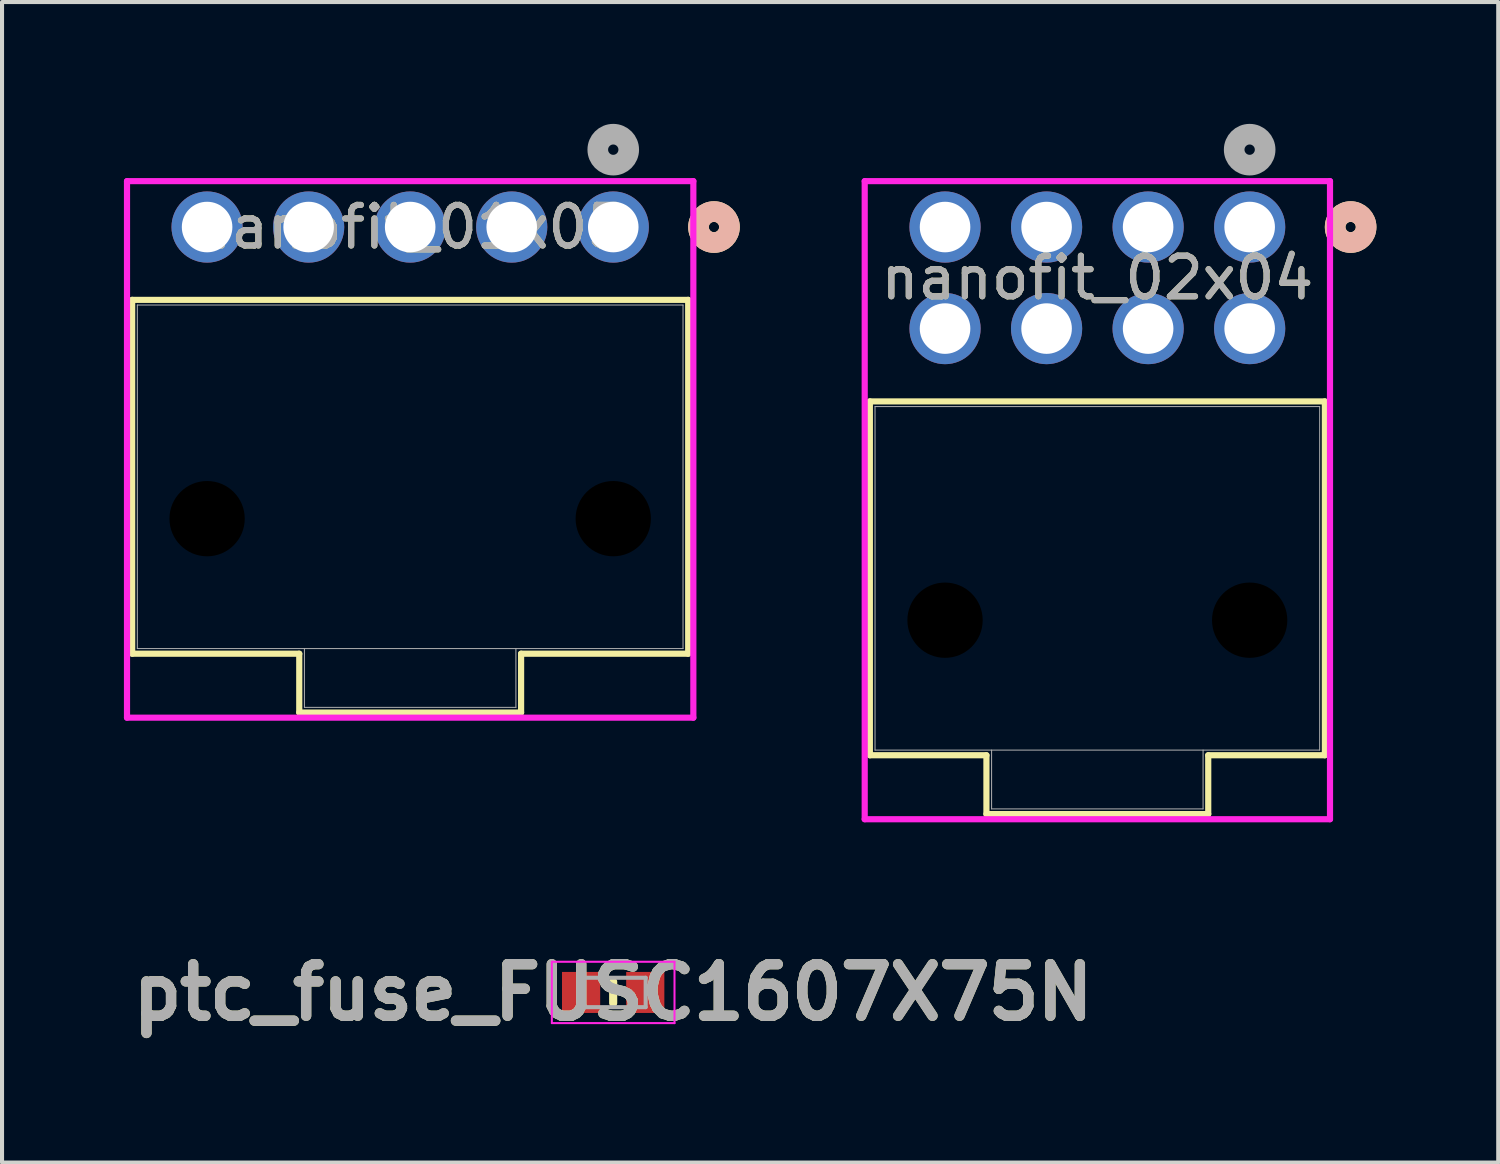
<source format=kicad_pcb>
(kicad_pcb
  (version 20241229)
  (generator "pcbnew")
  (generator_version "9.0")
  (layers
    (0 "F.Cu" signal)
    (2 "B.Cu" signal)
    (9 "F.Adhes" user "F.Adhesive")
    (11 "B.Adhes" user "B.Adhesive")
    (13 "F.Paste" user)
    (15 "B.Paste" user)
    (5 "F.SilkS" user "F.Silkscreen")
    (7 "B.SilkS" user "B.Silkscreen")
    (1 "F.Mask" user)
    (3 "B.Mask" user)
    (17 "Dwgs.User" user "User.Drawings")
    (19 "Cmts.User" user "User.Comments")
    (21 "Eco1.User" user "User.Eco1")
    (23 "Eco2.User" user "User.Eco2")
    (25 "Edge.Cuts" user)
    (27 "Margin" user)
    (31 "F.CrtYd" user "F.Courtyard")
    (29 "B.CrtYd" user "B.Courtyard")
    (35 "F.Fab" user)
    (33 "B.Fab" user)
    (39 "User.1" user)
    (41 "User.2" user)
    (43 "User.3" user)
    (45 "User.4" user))
  (footprint "ptc_fuse_FUSC1607X75N"
    (layer "F.Cu")
    (at 12.047 21.385)
    (property "Reference" "ptc_fuse_FUSC1607X75N" (at 0 0 0) (layer "F.SilkS") (effects (font (size 1.27 1.27) (thickness 0.254))))
    (attr smd)
    (fp_line (start 0 -0.262) (end 0 0.262) (stroke (width 0.2) (type solid)) (layer "F.SilkS"))
    (fp_line (start -1.51 -0.755) (end 1.51 -0.755) (stroke (width 0.05) (type solid)) (layer "F.CrtYd"))
    (fp_line (start -1.51 0.755) (end -1.51 -0.755) (stroke (width 0.05) (type solid)) (layer "F.CrtYd"))
    (fp_line (start 1.51 -0.755) (end 1.51 0.755) (stroke (width 0.05) (type solid)) (layer "F.CrtYd"))
    (fp_line (start 1.51 0.755) (end -1.51 0.755) (stroke (width 0.05) (type solid)) (layer "F.CrtYd"))
    (fp_line (start -0.8 -0.362) (end 0.8 -0.362) (stroke (width 0.1) (type solid)) (layer "F.Fab"))
    (fp_line (start -0.8 0.362) (end -0.8 -0.362) (stroke (width 0.1) (type solid)) (layer "F.Fab"))
    (fp_line (start 0.8 -0.362) (end 0.8 0.362) (stroke (width 0.1) (type solid)) (layer "F.Fab"))
    (fp_line (start 0.8 0.362) (end -0.8 0.362) (stroke (width 0.1) (type solid)) (layer "F.Fab"))
    (fp_text user "${REFERENCE}" (at 0 0 0) (layer "F.Fab") (effects (font (size 1.27 1.27) (thickness 0.254))))
    (pad "1" smd rect (at -0.79 0) (size 0.94 1.01) (layers "F.Cu" "F.Mask" "F.Paste"))
    (pad "2" smd rect (at 0.79 0) (size 0.94 1.01) (layers "F.Cu" "F.Mask" "F.Paste")))
  (footprint "nanofit_02x04"
    (layer "F.Cu")
    (at 27.718 2.54)
    (property "Reference" "nanofit_02x04" (at -3.75 1.25 0) (unlocked yes) (layer "F.SilkS") (effects (font (size 1 1) (thickness 0.15))))
    (attr through_hole)
    (fp_line (start -9.351 4.293) (end -9.351 13.005) (stroke (width 0.152) (type solid)) (layer "F.SilkS"))
    (fp_line (start -9.351 13.005) (end -6.481 13.005) (stroke (width 0.152) (type solid)) (layer "F.SilkS"))
    (fp_line (start -6.481 13.005) (end -6.481 14.453) (stroke (width 0.152) (type solid)) (layer "F.SilkS"))
    (fp_line (start -6.481 14.453) (end -1.02 14.453) (stroke (width 0.152) (type solid)) (layer "F.SilkS"))
    (fp_line (start -1.02 13.005) (end 1.851 13.005) (stroke (width 0.152) (type solid)) (layer "F.SilkS"))
    (fp_line (start -1.02 14.453) (end -1.02 13.005) (stroke (width 0.152) (type solid)) (layer "F.SilkS"))
    (fp_line (start 1.851 4.293) (end -9.351 4.293) (stroke (width 0.152) (type solid)) (layer "F.SilkS"))
    (fp_line (start 1.851 13.005) (end 1.851 4.293) (stroke (width 0.152) (type solid)) (layer "F.SilkS"))
    (fp_circle (center 2.486 0) (end 2.867 0) (stroke (width 0.508) (type solid)) (fill no) (layer "F.SilkS"))
    (fp_circle (center 2.486 0) (end 2.867 0) (stroke (width 0.508) (type solid)) (fill no) (layer "B.SilkS"))
    (fp_line (start -9.478 -1.13) (end -9.478 14.58) (stroke (width 0.152) (type solid)) (layer "F.CrtYd"))
    (fp_line (start -9.478 14.58) (end 1.978 14.58) (stroke (width 0.152) (type solid)) (layer "F.CrtYd"))
    (fp_line (start 1.978 -1.13) (end -9.478 -1.13) (stroke (width 0.152) (type solid)) (layer "F.CrtYd"))
    (fp_line (start 1.978 14.58) (end 1.978 -1.13) (stroke (width 0.152) (type solid)) (layer "F.CrtYd"))
    (fp_line (start -9.224 4.42) (end -9.224 12.878) (stroke (width 0.025) (type solid)) (layer "F.Fab"))
    (fp_line (start -9.224 12.878) (end 1.724 12.878) (stroke (width 0.025) (type solid)) (layer "F.Fab"))
    (fp_line (start -6.354 12.878) (end -6.354 14.326) (stroke (width 0.025) (type solid)) (layer "F.Fab"))
    (fp_line (start -6.354 14.326) (end -1.147 14.326) (stroke (width 0.025) (type solid)) (layer "F.Fab"))
    (fp_line (start -1.147 14.326) (end -1.147 12.878) (stroke (width 0.025) (type solid)) (layer "F.Fab"))
    (fp_line (start 1.724 4.42) (end -9.224 4.42) (stroke (width 0.025) (type solid)) (layer "F.Fab"))
    (fp_line (start 1.724 12.878) (end 1.724 4.42) (stroke (width 0.025) (type solid)) (layer "F.Fab"))
    (fp_circle (center 0 -1.905) (end 0.381 -1.905) (stroke (width 0.508) (type solid)) (fill no) (layer "F.Fab"))
    (fp_text user "${REFERENCE}" (at -3.75 1.25 0) (unlocked yes) (layer "F.Fab") (effects (font (size 1 1) (thickness 0.15))))
    (pad "" np_thru_hole circle (at -7.5 9.68) (size 1.854 1.854) (drill 1.854) (layers))
    (pad "" np_thru_hole circle (at 0 9.68) (size 1.854 1.854) (drill 1.854) (layers))
    (pad "1" thru_hole circle (at 0 0) (size 1.753 1.753) (drill 1.245) (layers "*.Cu" "*.Mask"))
    (pad "2" thru_hole circle (at -2.5 0) (size 1.753 1.753) (drill 1.245) (layers "*.Cu" "*.Mask"))
    (pad "3" thru_hole circle (at -5 0) (size 1.753 1.753) (drill 1.245) (layers "*.Cu" "*.Mask"))
    (pad "4" thru_hole circle (at -7.5 0) (size 1.753 1.753) (drill 1.245) (layers "*.Cu" "*.Mask"))
    (pad "5" thru_hole circle (at 0 2.5) (size 1.753 1.753) (drill 1.245) (layers "*.Cu" "*.Mask"))
    (pad "6" thru_hole circle (at -2.5 2.5) (size 1.753 1.753) (drill 1.245) (layers "*.Cu" "*.Mask"))
    (pad "7" thru_hole circle (at -5 2.5) (size 1.753 1.753) (drill 1.245) (layers "*.Cu" "*.Mask"))
    (pad "8" thru_hole circle (at -7.5 2.5) (size 1.753 1.753) (drill 1.245) (layers "*.Cu" "*.Mask")))
  (footprint "nanofit_01x05"
    (layer "F.Cu")
    (at 12.049 2.54)
    (property "Reference" "nanofit_01x05" (at -5 0 0) (unlocked yes) (layer "F.SilkS") (effects (font (size 1 1) (thickness 0.15))))
    (attr through_hole)
    (fp_line (start -11.845 1.793) (end -11.845 10.505) (stroke (width 0.152) (type solid)) (layer "F.SilkS"))
    (fp_line (start -11.845 10.505) (end -7.731 10.505) (stroke (width 0.152) (type solid)) (layer "F.SilkS"))
    (fp_line (start -7.731 10.505) (end -7.731 11.953) (stroke (width 0.152) (type solid)) (layer "F.SilkS"))
    (fp_line (start -7.731 11.953) (end -2.269 11.953) (stroke (width 0.152) (type solid)) (layer "F.SilkS"))
    (fp_line (start -2.269 10.505) (end 1.845 10.505) (stroke (width 0.152) (type solid)) (layer "F.SilkS"))
    (fp_line (start -2.269 11.953) (end -2.269 10.505) (stroke (width 0.152) (type solid)) (layer "F.SilkS"))
    (fp_line (start 1.845 1.793) (end -11.845 1.793) (stroke (width 0.152) (type solid)) (layer "F.SilkS"))
    (fp_line (start 1.845 10.505) (end 1.845 1.793) (stroke (width 0.152) (type solid)) (layer "F.SilkS"))
    (fp_circle (center 2.48 0) (end 2.861 0) (stroke (width 0.508) (type solid)) (fill no) (layer "F.SilkS"))
    (fp_circle (center 2.48 0) (end 2.861 0) (stroke (width 0.508) (type solid)) (fill no) (layer "B.SilkS"))
    (fp_line (start -11.972 -1.13) (end -11.972 12.08) (stroke (width 0.152) (type solid)) (layer "F.CrtYd"))
    (fp_line (start -11.972 12.08) (end 1.972 12.08) (stroke (width 0.152) (type solid)) (layer "F.CrtYd"))
    (fp_line (start 1.972 -1.13) (end -11.972 -1.13) (stroke (width 0.152) (type solid)) (layer "F.CrtYd"))
    (fp_line (start 1.972 12.08) (end 1.972 -1.13) (stroke (width 0.152) (type solid)) (layer "F.CrtYd"))
    (fp_line (start -11.718 1.92) (end -11.718 10.378) (stroke (width 0.025) (type solid)) (layer "F.Fab"))
    (fp_line (start -11.718 10.378) (end 1.718 10.378) (stroke (width 0.025) (type solid)) (layer "F.Fab"))
    (fp_line (start -7.604 10.378) (end -7.604 11.826) (stroke (width 0.025) (type solid)) (layer "F.Fab"))
    (fp_line (start -7.604 11.826) (end -2.397 11.826) (stroke (width 0.025) (type solid)) (layer "F.Fab"))
    (fp_line (start -2.397 10.378) (end -2.397 11.826) (stroke (width 0.025) (type solid)) (layer "F.Fab"))
    (fp_line (start 1.718 1.92) (end -11.718 1.92) (stroke (width 0.025) (type solid)) (layer "F.Fab"))
    (fp_line (start 1.718 10.378) (end 1.718 1.92) (stroke (width 0.025) (type solid)) (layer "F.Fab"))
    (fp_circle (center 0 -1.905) (end 0.381 -1.905) (stroke (width 0.508) (type solid)) (fill no) (layer "F.Fab"))
    (fp_text user "${REFERENCE}" (at -5 0 0) (unlocked yes) (layer "F.Fab") (effects (font (size 1 1) (thickness 0.15))))
    (pad "" np_thru_hole circle (at -10 7.18) (size 1.854 1.854) (drill 1.854) (layers))
    (pad "" np_thru_hole circle (at 0 7.18) (size 1.854 1.854) (drill 1.854) (layers))
    (pad "1" thru_hole circle (at 0 0) (size 1.753 1.753) (drill 1.245) (layers "*.Cu" "*.Mask"))
    (pad "2" thru_hole circle (at -2.5 0) (size 1.753 1.753) (drill 1.245) (layers "*.Cu" "*.Mask"))
    (pad "3" thru_hole circle (at -5 0) (size 1.753 1.753) (drill 1.245) (layers "*.Cu" "*.Mask"))
    (pad "4" thru_hole circle (at -7.5 0) (size 1.753 1.753) (drill 1.245) (layers "*.Cu" "*.Mask"))
    (pad "5" thru_hole circle (at -10 0) (size 1.753 1.753) (drill 1.245) (layers "*.Cu" "*.Mask")))
  (gr_rect
    (start -3 -3)
    (end 33.838 25.574)
    (stroke (width 0.1) (type default))
    (fill no)
    (layer "Edge.Cuts")))
</source>
